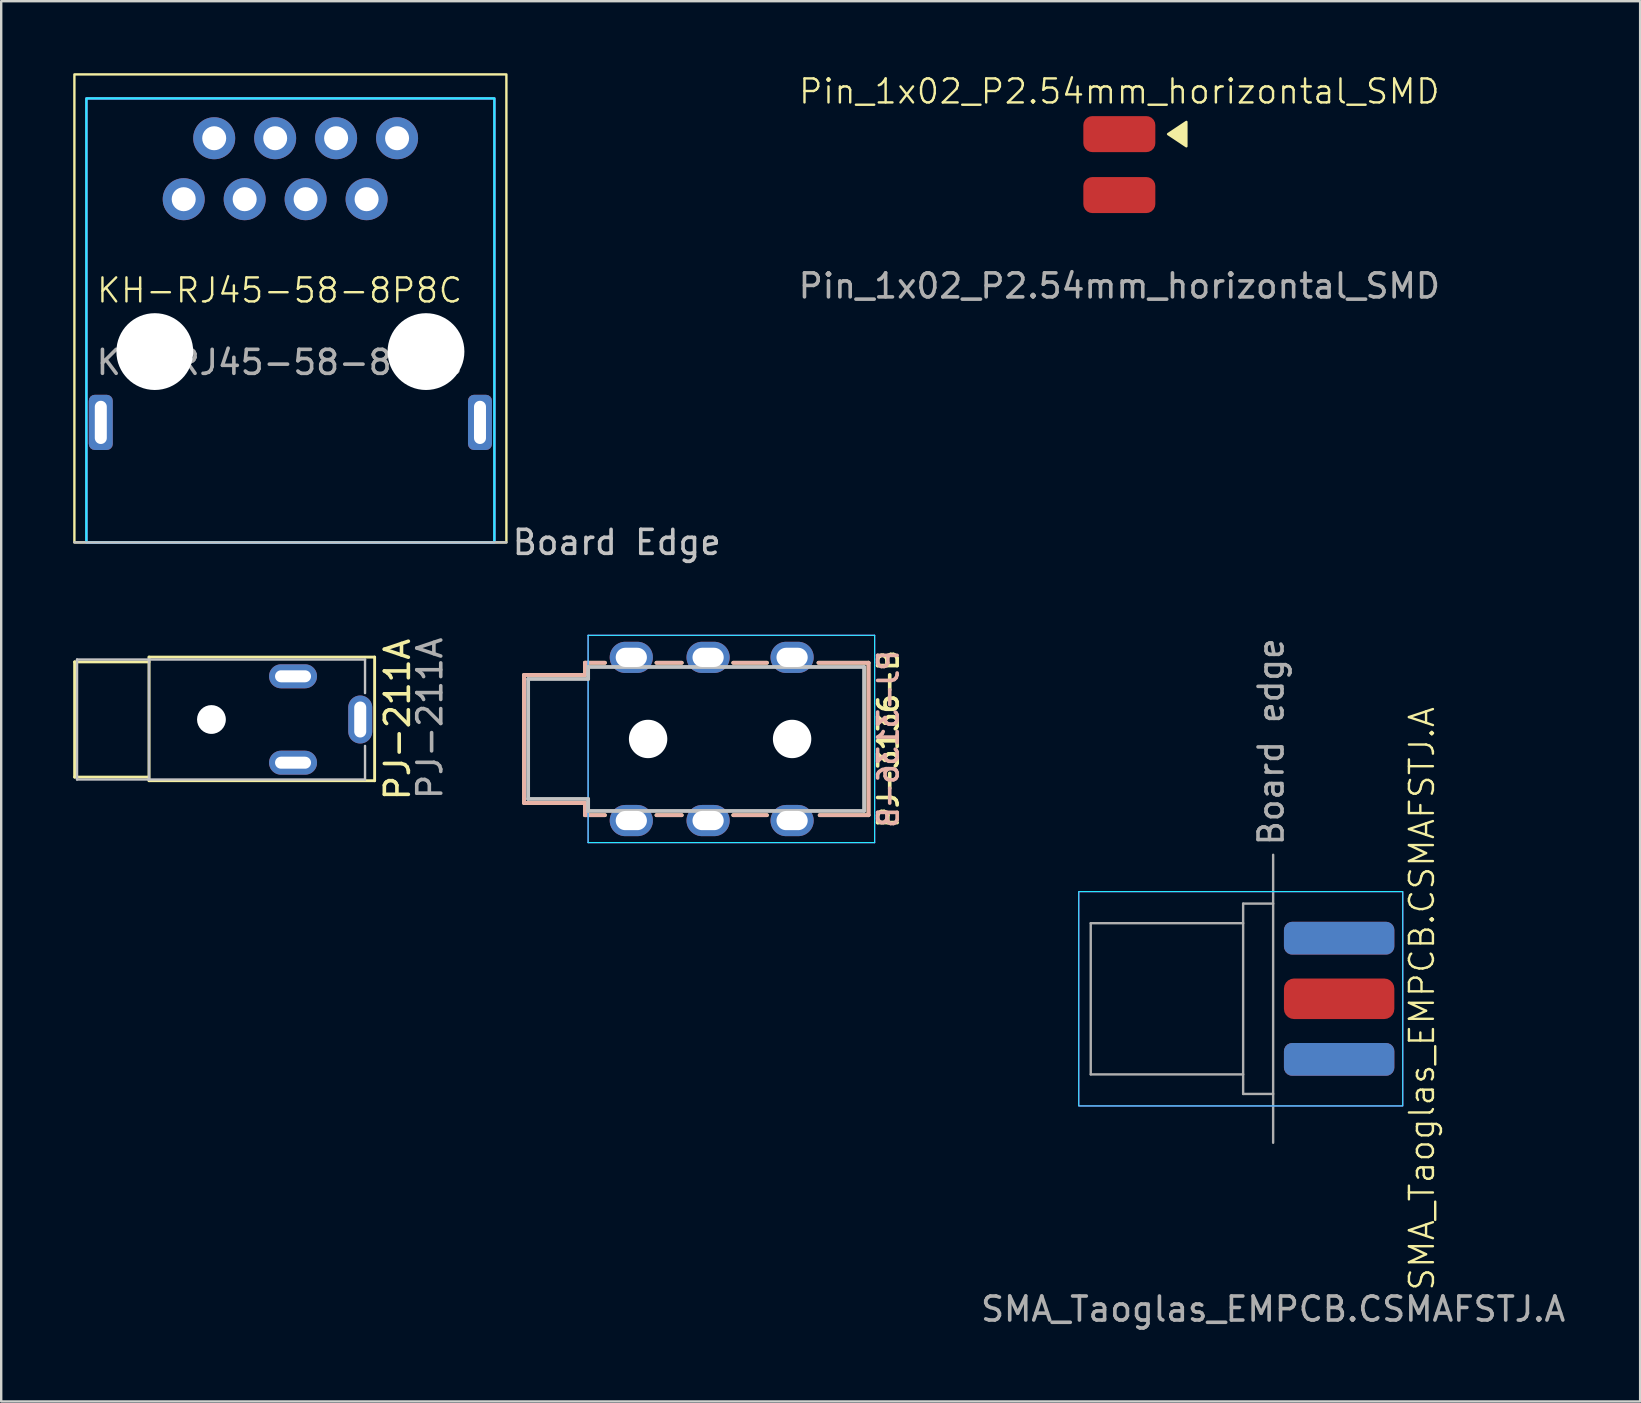
<source format=kicad_pcb>
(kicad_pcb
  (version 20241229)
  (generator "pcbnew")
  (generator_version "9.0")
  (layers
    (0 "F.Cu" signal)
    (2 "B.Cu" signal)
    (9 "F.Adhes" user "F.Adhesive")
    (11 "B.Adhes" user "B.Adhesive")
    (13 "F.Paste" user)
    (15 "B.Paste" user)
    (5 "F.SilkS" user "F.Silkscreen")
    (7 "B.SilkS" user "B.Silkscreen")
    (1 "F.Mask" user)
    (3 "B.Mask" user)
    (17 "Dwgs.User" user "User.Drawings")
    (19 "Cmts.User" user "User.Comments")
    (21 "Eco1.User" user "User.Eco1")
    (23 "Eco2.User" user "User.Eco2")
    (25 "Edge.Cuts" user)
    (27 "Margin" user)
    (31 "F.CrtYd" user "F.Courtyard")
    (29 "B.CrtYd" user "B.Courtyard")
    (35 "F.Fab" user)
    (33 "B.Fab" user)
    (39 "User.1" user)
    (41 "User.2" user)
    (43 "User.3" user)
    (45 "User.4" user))
  (footprint "Pin_1x02_P2.54mm_horizontal_SMD"
    (layer "F.Cu")
    (at 43.59 3.808)
    (property "Reference" "Pin_1x02_P2.54mm_horizontal_SMD" (at 0 -3.048 0) (unlocked yes) (layer "F.SilkS") (effects (font (size 1 1) (thickness 0.1))))
    (attr smd)
    (fp_poly (pts (xy 2.032 -1.27) (xy 2.794 -1.778) (xy 2.794 -0.762)) (stroke (width 0.1) (type solid)) (fill yes) (layer "F.SilkS"))
    (fp_text user "${REFERENCE}" (at 0 5.056 0) (unlocked yes) (layer "F.Fab") (effects (font (size 1 1) (thickness 0.15))))
    (pad "1" smd roundrect (at 0 -1.27) (size 3 1.5) (layers "F.Cu" "F.Mask" "F.Paste") (roundrect_rratio 0.25))
    (pad "2" smd roundrect (at 0 1.27) (size 3 1.5) (layers "F.Cu" "F.Mask" "F.Paste") (roundrect_rratio 0.25)))
  (footprint "PJ-211A"
    (layer "F.Cu")
    (at 5.76 26.93)
    (property "Reference" "PJ-211A" (at 7.75 0 90) (unlocked yes) (layer "F.SilkS") (effects (font (size 1 1) (thickness 0.15))))
    (attr through_hole)
    (fp_line (start -5.7 -2.4) (end -5.7 2.4) (stroke (width 0.12) (type solid)) (layer "F.SilkS"))
    (fp_line (start -5.7 2.4) (end -2.65 2.4) (stroke (width 0.12) (type solid)) (layer "F.SilkS"))
    (fp_line (start -2.6 -2.6) (end 6.8 -2.6) (stroke (width 0.12) (type solid)) (layer "F.SilkS"))
    (fp_line (start -2.6 -2.4) (end -5.7 -2.4) (stroke (width 0.12) (type solid)) (layer "F.SilkS"))
    (fp_line (start -2.6 2.55) (end -2.6 -2.6) (stroke (width 0.12) (type solid)) (layer "F.SilkS"))
    (fp_line (start 6.8 -2.6) (end 6.8 2.55) (stroke (width 0.12) (type solid)) (layer "F.SilkS"))
    (fp_line (start 6.8 2.55) (end -2.6 2.55) (stroke (width 0.12) (type solid)) (layer "F.SilkS"))
    (fp_line (start -5.6 2.5) (end -5.6 -2.5) (stroke (width 0.1) (type solid)) (layer "Dwgs.User"))
    (fp_line (start -2.6 -2.5) (end -5.6 -2.5) (stroke (width 0.1) (type solid)) (layer "Dwgs.User"))
    (fp_line (start -2.6 -2.5) (end -2.6 2.5) (stroke (width 0.1) (type solid)) (layer "Dwgs.User"))
    (fp_line (start -2.6 -2.5) (end 6.4 -2.5) (stroke (width 0.1) (type solid)) (layer "Dwgs.User"))
    (fp_line (start -2.6 2.5) (end -5.6 2.5) (stroke (width 0.1) (type solid)) (layer "Dwgs.User"))
    (fp_line (start -2.6 2.5) (end 6.4 2.5) (stroke (width 0.1) (type solid)) (layer "Dwgs.User"))
    (fp_line (start 6.4 -2.5) (end 6.4 -1.1) (stroke (width 0.1) (type solid)) (layer "Dwgs.User"))
    (fp_line (start 6.4 2.5) (end 6.4 1.1) (stroke (width 0.1) (type solid)) (layer "Dwgs.User"))
    (fp_text user "${REFERENCE}" (at 9.1 -0.05 90) (unlocked yes) (layer "F.Fab") (effects (font (size 1 1) (thickness 0.15))))
    (pad "" np_thru_hole circle (at 0 0) (size 1.2 1.2) (drill 1.2) (layers "*.Cu" "*.Mask"))
    (pad "R" thru_hole oval (at 3.4 -1.8) (size 2 1) (drill oval 1.5 0.5) (layers "*.Cu" "*.Mask"))
    (pad "S" thru_hole oval (at 6.2 0) (size 1 2) (drill oval 0.5 1.5) (layers "*.Cu" "*.Mask"))
    (pad "T" thru_hole oval (at 3.4 1.8) (size 2 1) (drill oval 1.5 0.5) (layers "*.Cu" "*.Mask")))
  (footprint "SMA_Taoglas_EMPCB.CSMAFSTJ.A"
    (layer "F.Cu")
    (at 49.999 38.567)
    (property "Reference" "SMA_Taoglas_EMPCB.CSMAFSTJ.A" (at 6.2 0 90) (unlocked yes) (layer "F.SilkS") (effects (font (size 1 1) (thickness 0.1))))
    (fp_rect (start -8.1 -4.465) (end 5.4 4.465) (stroke (width 0.05) (type default)) (fill no) (layer "B.CrtYd"))
    (fp_rect (start -8.1 -4.465) (end 5.4 4.465) (stroke (width 0.05) (type default)) (fill no) (layer "F.CrtYd"))
    (fp_line (start -7.6 -3.15) (end -1.25 -3.15) (stroke (width 0.1) (type default)) (layer "F.Fab"))
    (fp_line (start -7.6 3.15) (end -7.6 -3.15) (stroke (width 0.1) (type default)) (layer "F.Fab"))
    (fp_line (start -7.6 3.15) (end -1.25 3.15) (stroke (width 0.1) (type default)) (layer "F.Fab"))
    (fp_line (start -1.25 3.965) (end -1.25 -3.965) (stroke (width 0.1) (type default)) (layer "F.Fab"))
    (fp_line (start 0 -6) (end 0 6) (stroke (width 0.1) (type default)) (layer "F.Fab"))
    (fp_line (start 0 -3.965) (end -1.25 -3.965) (stroke (width 0.1) (type default)) (layer "F.Fab"))
    (fp_line (start 0 3.965) (end -1.25 3.965) (stroke (width 0.1) (type default)) (layer "F.Fab"))
    (fp_text user "${REFERENCE}" (at 0 12.93 0) (unlocked yes) (layer "F.Fab") (effects (font (size 1 1) (thickness 0.15))))
    (fp_text user "Board edge" (at 0.5 -6.3 90) (unlocked yes) (layer "F.Fab") (effects (font (size 1 1) (thickness 0.15)) (justify left bottom)))
    (pad "1" smd roundrect (at 2.75 0) (size 4.6 1.69) (layers "F.Cu" "F.Mask" "F.Paste") (roundrect_rratio 0.25))
    (pad "2" smd roundrect (at 2.75 -2.525) (size 4.6 1.365) (layers "F.Cu" "F.Mask" "F.Paste") (roundrect_rratio 0.25))
    (pad "2" smd roundrect (at 2.75 -2.525) (size 4.6 1.365) (layers "B.Cu" "B.Mask" "B.Paste") (roundrect_rratio 0.25))
    (pad "2" smd roundrect (at 2.75 2.525) (size 4.6 1.365) (layers "F.Cu" "F.Mask" "F.Paste") (roundrect_rratio 0.25))
    (pad "2" smd roundrect (at 2.75 2.525) (size 4.6 1.365) (layers "B.Cu" "B.Mask" "B.Paste") (roundrect_rratio 0.25)))
  (footprint "KH-RJ45-58-8P8C"
    (layer "F.Cu")
    (at 9.05 19.55)
    (property "Reference" "KH-RJ45-58-8P8C" (at -0.45 -10.5 0) (unlocked yes) (layer "F.SilkS") (effects (font (size 1 1) (thickness 0.1))))
    (attr through_hole)
    (fp_rect (start -9 -19.5) (end 9 0) (stroke (width 0.1) (type default)) (fill no) (layer "F.SilkS"))
    (fp_line (start -9 0) (end 9 0) (stroke (width 0.1) (type default)) (layer "Dwgs.User"))
    (fp_rect (start -8.5 -18.5) (end 8.5 0) (stroke (width 0.1) (type default)) (fill no) (layer "B.CrtYd"))
    (fp_rect (start -8.5 -18.5) (end 8.5 0) (stroke (width 0.1) (type default)) (fill no) (layer "F.CrtYd"))
    (fp_text user "Board Edge" (at 13.6 0 0) (unlocked yes) (layer "Dwgs.User") (effects (font (size 1 1) (thickness 0.15))))
    (fp_text user "${REFERENCE}" (at -0.45 -7.5 0) (unlocked yes) (layer "F.Fab") (effects (font (size 1 1) (thickness 0.15))))
    (pad "" np_thru_hole circle (at -5.65 -7.95) (size 3.2 3.2) (drill 3.2) (layers "*.Cu" "*.Mask"))
    (pad "" np_thru_hole circle (at 5.65 -7.95) (size 3.2 3.2) (drill 3.2) (layers "*.Cu" "*.Mask"))
    (pad "1" thru_hole circle (at -4.445 -14.3) (size 1.75 1.75) (drill 1) (layers "*.Cu" "*.Mask"))
    (pad "2" thru_hole circle (at -3.175 -16.84) (size 1.75 1.75) (drill 1) (layers "*.Cu" "*.Mask"))
    (pad "3" thru_hole circle (at -1.905 -14.3) (size 1.75 1.75) (drill 1) (layers "*.Cu" "*.Mask"))
    (pad "4" thru_hole circle (at -0.635 -16.84) (size 1.75 1.75) (drill 1) (layers "*.Cu" "*.Mask"))
    (pad "5" thru_hole circle (at 0.635 -14.3) (size 1.75 1.75) (drill 1) (layers "*.Cu" "*.Mask"))
    (pad "6" thru_hole circle (at 1.905 -16.84) (size 1.75 1.75) (drill 1) (layers "*.Cu" "*.Mask"))
    (pad "7" thru_hole circle (at 3.175 -14.3) (size 1.75 1.75) (drill 1) (layers "*.Cu" "*.Mask"))
    (pad "8" thru_hole circle (at 4.445 -16.84) (size 1.75 1.75) (drill 1) (layers "*.Cu" "*.Mask"))
    (pad "SH" thru_hole roundrect (at -7.9 -5) (size 1 2.3) (drill oval 0.5 1.8) (layers "*.Cu" "*.Mask") (roundrect_rratio 0.25))
    (pad "SH" thru_hole roundrect (at 7.9 -5) (size 1 2.3) (drill oval 0.5 1.8) (layers "*.Cu" "*.Mask") (roundrect_rratio 0.25)))
  (footprint "PJ-3136-B"
    (layer "F.Cu")
    (at 21.455 27.741)
    (property "Reference" "PJ-3136-B" (at 12.509 0 90) (layer "F.SilkS") (effects (font (size 0.813 0.813) (thickness 0.152))))
    (attr through_hole)
    (fp_line (start -2.667 -2.667) (end -0.127 -2.667) (stroke (width 0.16) (type solid)) (layer "F.SilkS"))
    (fp_line (start -2.667 2.667) (end -2.667 -2.667) (stroke (width 0.16) (type solid)) (layer "F.SilkS"))
    (fp_line (start -0.127 -3.175) (end 0.7 -3.175) (stroke (width 0.16) (type solid)) (layer "F.SilkS"))
    (fp_line (start -0.127 -2.667) (end -0.127 -3.175) (stroke (width 0.16) (type solid)) (layer "F.SilkS"))
    (fp_line (start -0.127 2.667) (end -2.667 2.667) (stroke (width 0.16) (type solid)) (layer "F.SilkS"))
    (fp_line (start -0.127 3.175) (end -0.127 2.667) (stroke (width 0.16) (type solid)) (layer "F.SilkS"))
    (fp_line (start 0.7 3.175) (end -0.127 3.175) (stroke (width 0.16) (type solid)) (layer "F.SilkS"))
    (fp_line (start 2.85 -3.175) (end 3.9 -3.175) (stroke (width 0.16) (type solid)) (layer "F.SilkS"))
    (fp_line (start 3.9 3.175) (end 2.85 3.175) (stroke (width 0.16) (type solid)) (layer "F.SilkS"))
    (fp_line (start 6.05 -3.175) (end 7.45 -3.175) (stroke (width 0.16) (type solid)) (layer "F.SilkS"))
    (fp_line (start 7.45 3.175) (end 6.05 3.175) (stroke (width 0.16) (type solid)) (layer "F.SilkS"))
    (fp_line (start 9.6 -3.175) (end 11.684 -3.175) (stroke (width 0.16) (type solid)) (layer "F.SilkS"))
    (fp_line (start 11.684 -3.175) (end 11.684 3.175) (stroke (width 0.16) (type solid)) (layer "F.SilkS"))
    (fp_line (start 11.684 3.175) (end 9.65 3.175) (stroke (width 0.16) (type solid)) (layer "F.SilkS"))
    (fp_line (start -2.667 -2.667) (end -2.667 2.667) (stroke (width 0.16) (type solid)) (layer "B.SilkS"))
    (fp_line (start -2.667 2.667) (end -0.127 2.667) (stroke (width 0.16) (type solid)) (layer "B.SilkS"))
    (fp_line (start -0.127 -3.175) (end -0.127 -2.667) (stroke (width 0.16) (type solid)) (layer "B.SilkS"))
    (fp_line (start -0.127 -2.667) (end -2.667 -2.667) (stroke (width 0.16) (type solid)) (layer "B.SilkS"))
    (fp_line (start -0.127 2.667) (end -0.127 3.175) (stroke (width 0.16) (type solid)) (layer "B.SilkS"))
    (fp_line (start -0.127 3.175) (end 0.7 3.175) (stroke (width 0.16) (type solid)) (layer "B.SilkS"))
    (fp_line (start 0.7 -3.175) (end -0.127 -3.175) (stroke (width 0.16) (type solid)) (layer "B.SilkS"))
    (fp_line (start 2.85 3.175) (end 3.9 3.175) (stroke (width 0.16) (type solid)) (layer "B.SilkS"))
    (fp_line (start 3.9 -3.175) (end 2.85 -3.175) (stroke (width 0.16) (type solid)) (layer "B.SilkS"))
    (fp_line (start 6.05 3.175) (end 7.45 3.175) (stroke (width 0.16) (type solid)) (layer "B.SilkS"))
    (fp_line (start 7.45 -3.175) (end 6.05 -3.175) (stroke (width 0.16) (type solid)) (layer "B.SilkS"))
    (fp_line (start 9.65 3.175) (end 11.684 3.175) (stroke (width 0.16) (type solid)) (layer "B.SilkS"))
    (fp_line (start 11.684 -3.175) (end 9.6 -3.175) (stroke (width 0.16) (type solid)) (layer "B.SilkS"))
    (fp_line (start 11.684 3.175) (end 11.684 -3.175) (stroke (width 0.16) (type solid)) (layer "B.SilkS"))
    (fp_line (start -2.5 -2.5) (end -2.5 2.5) (stroke (width 0.16) (type solid)) (layer "Dwgs.User"))
    (fp_line (start 0 -3) (end 0 -2.5) (stroke (width 0.16) (type solid)) (layer "Dwgs.User"))
    (fp_line (start 0 -3) (end 11.5 -3) (stroke (width 0.16) (type solid)) (layer "Dwgs.User"))
    (fp_line (start 0 -2.5) (end -2.5 -2.5) (stroke (width 0.16) (type solid)) (layer "Dwgs.User"))
    (fp_line (start 0 2.5) (end -2.5 2.5) (stroke (width 0.16) (type solid)) (layer "Dwgs.User"))
    (fp_line (start 0 2.5) (end 0 3) (stroke (width 0.16) (type solid)) (layer "Dwgs.User"))
    (fp_line (start 0 3) (end 11.5 3) (stroke (width 0.16) (type solid)) (layer "Dwgs.User"))
    (fp_line (start 11.5 -3) (end 11.5 3) (stroke (width 0.16) (type solid)) (layer "Dwgs.User"))
    (fp_line (start 0 -4.318) (end 11.938 -4.318) (stroke (width 0.05) (type solid)) (layer "B.CrtYd"))
    (fp_line (start 0 4.318) (end 0 -4.318) (stroke (width 0.05) (type solid)) (layer "B.CrtYd"))
    (fp_line (start 11.938 -4.318) (end 11.938 4.318) (stroke (width 0.05) (type solid)) (layer "B.CrtYd"))
    (fp_line (start 11.938 4.318) (end 0 4.318) (stroke (width 0.05) (type solid)) (layer "B.CrtYd"))
    (fp_line (start 0 -4.318) (end 11.938 -4.318) (stroke (width 0.05) (type solid)) (layer "F.CrtYd"))
    (fp_line (start 0 4.318) (end 0 -4.318) (stroke (width 0.05) (type solid)) (layer "F.CrtYd"))
    (fp_line (start 11.938 -4.318) (end 11.938 4.318) (stroke (width 0.05) (type solid)) (layer "F.CrtYd"))
    (fp_line (start 11.938 4.318) (end 0 4.318) (stroke (width 0.05) (type solid)) (layer "F.CrtYd"))
    (fp_text user "${REFERENCE}" (at 12.509 0 90) (layer "B.SilkS") (effects (font (size 0.813 0.813) (thickness 0.152)) (justify mirror)))
    (pad "" np_thru_hole circle (at 2.5 0) (size 1.6 1.6) (drill 1.6) (layers "*.Cu" "*.Mask"))
    (pad "" np_thru_hole circle (at 8.5 0) (size 1.6 1.6) (drill 1.6) (layers "*.Cu" "*.Mask"))
    (pad "R" thru_hole oval (at 5 -3.4) (size 1.8 1.3) (drill oval 1.3 0.8) (layers "*.Cu" "*.Mask"))
    (pad "R" thru_hole oval (at 5 3.4) (size 1.8 1.3) (drill oval 1.3 0.8) (layers "*.Cu" "*.Mask"))
    (pad "S" thru_hole oval (at 1.8 -3.4) (size 1.8 1.3) (drill oval 1.3 0.8) (layers "*.Cu" "*.Mask"))
    (pad "S" thru_hole oval (at 1.8 3.4) (size 1.8 1.3) (drill oval 1.3 0.8) (layers "*.Cu" "*.Mask"))
    (pad "T" thru_hole oval (at 8.5 -3.4) (size 1.8 1.3) (drill oval 1.3 0.8) (layers "*.Cu" "*.Mask"))
    (pad "T" thru_hole oval (at 8.5 3.4) (size 1.8 1.3) (drill oval 1.3 0.8) (layers "*.Cu" "*.Mask")))
  (gr_rect
    (start -3 -3)
    (end 65.291 55.346)
    (stroke (width 0.1) (type default))
    (fill no)
    (layer "Edge.Cuts")))
</source>
